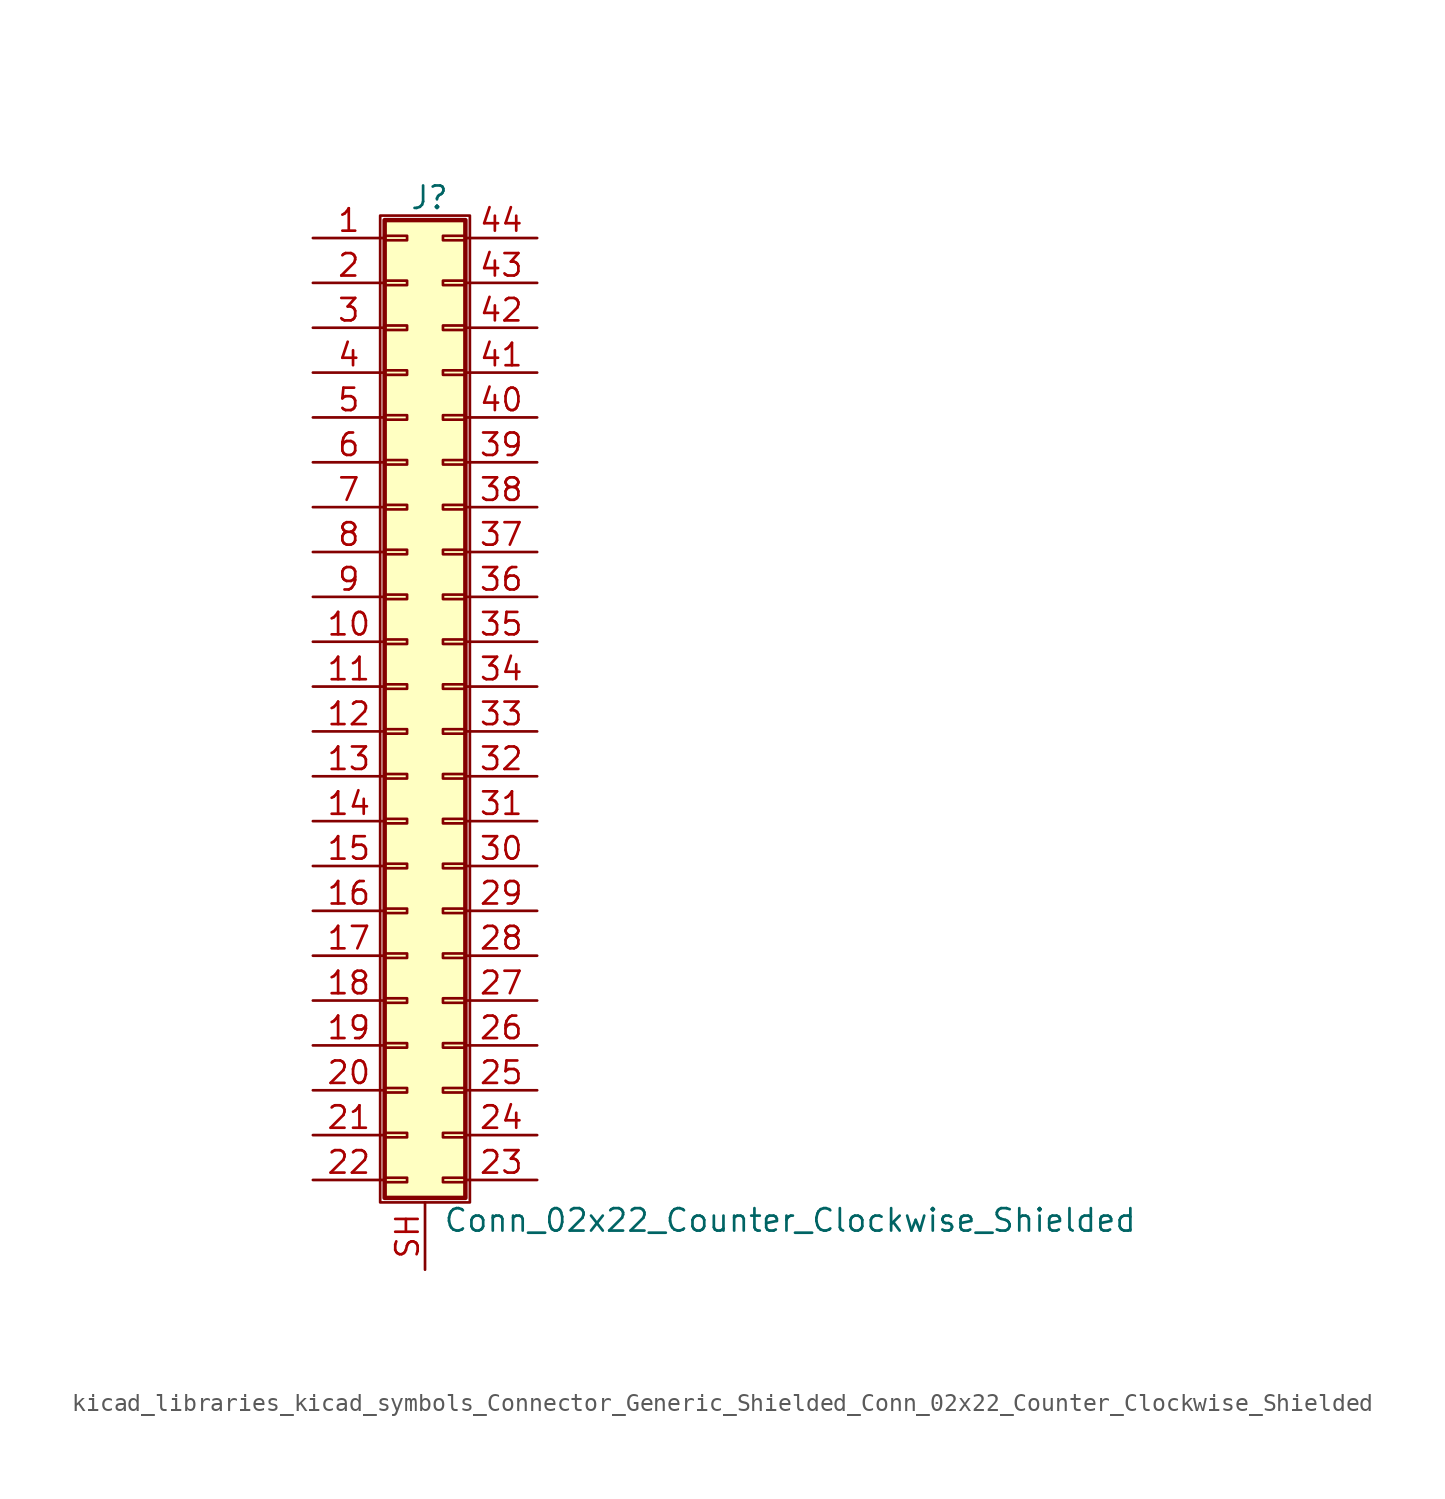
<source format=kicad_sym>
(kicad_symbol_lib
  (version 20220914)
  (generator kicad_symbol_editor)
  (symbol "kicad_libraries_kicad_symbols_Connector_Generic_Shielded_Conn_02x22_Counter_Clockwise_Shielded"
    (pin_names
      (offset 1.016) hide)
    (property "Reference" "J"
      (at 1.524 27.686 0)
      (effects (font (size 1.27 1.27))))
    (property "Value" "Conn_02x22_Counter_Clockwise_Shielded"
      (at 2.286 -30.226 0)
      (effects (font (size 1.27 1.27)) (justify left)))
    (symbol "kicad_libraries_kicad_symbols_Connector_Generic_Shielded_Conn_02x22_Counter_Clockwise_Shielded_1_1"
      (rectangle (start -1.27 26.67) (end 3.81 -29.21) (stroke (width 0.152) (type default)) (fill (type none)))
      (rectangle (start -1.016 -27.813) (end 0.254 -28.067) (stroke (width 0.152) (type default)) (fill (type none)))
      (rectangle (start -1.016 -25.273) (end 0.254 -25.527) (stroke (width 0.152) (type default)) (fill (type none)))
      (rectangle (start -1.016 -22.733) (end 0.254 -22.987) (stroke (width 0.152) (type default)) (fill (type none)))
      (rectangle (start -1.016 -20.193) (end 0.254 -20.447) (stroke (width 0.152) (type default)) (fill (type none)))
      (rectangle (start -1.016 -17.653) (end 0.254 -17.907) (stroke (width 0.152) (type default)) (fill (type none)))
      (rectangle (start -1.016 -15.113) (end 0.254 -15.367) (stroke (width 0.152) (type default)) (fill (type none)))
      (rectangle (start -1.016 -12.573) (end 0.254 -12.827) (stroke (width 0.152) (type default)) (fill (type none)))
      (rectangle (start -1.016 -10.033) (end 0.254 -10.287) (stroke (width 0.152) (type default)) (fill (type none)))
      (rectangle (start -1.016 -7.493) (end 0.254 -7.747) (stroke (width 0.152) (type default)) (fill (type none)))
      (rectangle (start -1.016 -4.953) (end 0.254 -5.207) (stroke (width 0.152) (type default)) (fill (type none)))
      (rectangle (start -1.016 -2.413) (end 0.254 -2.667) (stroke (width 0.152) (type default)) (fill (type none)))
      (rectangle (start -1.016 0.127) (end 0.254 -0.127) (stroke (width 0.152) (type default)) (fill (type none)))
      (rectangle (start -1.016 2.667) (end 0.254 2.413) (stroke (width 0.152) (type default)) (fill (type none)))
      (rectangle (start -1.016 5.207) (end 0.254 4.953) (stroke (width 0.152) (type default)) (fill (type none)))
      (rectangle (start -1.016 7.747) (end 0.254 7.493) (stroke (width 0.152) (type default)) (fill (type none)))
      (rectangle (start -1.016 10.287) (end 0.254 10.033) (stroke (width 0.152) (type default)) (fill (type none)))
      (rectangle (start -1.016 12.827) (end 0.254 12.573) (stroke (width 0.152) (type default)) (fill (type none)))
      (rectangle (start -1.016 15.367) (end 0.254 15.113) (stroke (width 0.152) (type default)) (fill (type none)))
      (rectangle (start -1.016 17.907) (end 0.254 17.653) (stroke (width 0.152) (type default)) (fill (type none)))
      (rectangle (start -1.016 20.447) (end 0.254 20.193) (stroke (width 0.152) (type default)) (fill (type none)))
      (rectangle (start -1.016 22.987) (end 0.254 22.733) (stroke (width 0.152) (type default)) (fill (type none)))
      (rectangle (start -1.016 25.527) (end 0.254 25.273) (stroke (width 0.152) (type default)) (fill (type none)))
      (rectangle (start -1.016 26.416) (end 3.556 -28.956) (stroke (width 0.254) (type default)) (fill (type background)))
      (rectangle (start 3.556 -27.813) (end 2.286 -28.067) (stroke (width 0.152) (type default)) (fill (type none)))
      (rectangle (start 3.556 -25.273) (end 2.286 -25.527) (stroke (width 0.152) (type default)) (fill (type none)))
      (rectangle (start 3.556 -22.733) (end 2.286 -22.987) (stroke (width 0.152) (type default)) (fill (type none)))
      (rectangle (start 3.556 -20.193) (end 2.286 -20.447) (stroke (width 0.152) (type default)) (fill (type none)))
      (rectangle (start 3.556 -17.653) (end 2.286 -17.907) (stroke (width 0.152) (type default)) (fill (type none)))
      (rectangle (start 3.556 -15.113) (end 2.286 -15.367) (stroke (width 0.152) (type default)) (fill (type none)))
      (rectangle (start 3.556 -12.573) (end 2.286 -12.827) (stroke (width 0.152) (type default)) (fill (type none)))
      (rectangle (start 3.556 -10.033) (end 2.286 -10.287) (stroke (width 0.152) (type default)) (fill (type none)))
      (rectangle (start 3.556 -7.493) (end 2.286 -7.747) (stroke (width 0.152) (type default)) (fill (type none)))
      (rectangle (start 3.556 -4.953) (end 2.286 -5.207) (stroke (width 0.152) (type default)) (fill (type none)))
      (rectangle (start 3.556 -2.413) (end 2.286 -2.667) (stroke (width 0.152) (type default)) (fill (type none)))
      (rectangle (start 3.556 0.127) (end 2.286 -0.127) (stroke (width 0.152) (type default)) (fill (type none)))
      (rectangle (start 3.556 2.667) (end 2.286 2.413) (stroke (width 0.152) (type default)) (fill (type none)))
      (rectangle (start 3.556 5.207) (end 2.286 4.953) (stroke (width 0.152) (type default)) (fill (type none)))
      (rectangle (start 3.556 7.747) (end 2.286 7.493) (stroke (width 0.152) (type default)) (fill (type none)))
      (rectangle (start 3.556 10.287) (end 2.286 10.033) (stroke (width 0.152) (type default)) (fill (type none)))
      (rectangle (start 3.556 12.827) (end 2.286 12.573) (stroke (width 0.152) (type default)) (fill (type none)))
      (rectangle (start 3.556 15.367) (end 2.286 15.113) (stroke (width 0.152) (type default)) (fill (type none)))
      (rectangle (start 3.556 17.907) (end 2.286 17.653) (stroke (width 0.152) (type default)) (fill (type none)))
      (rectangle (start 3.556 20.447) (end 2.286 20.193) (stroke (width 0.152) (type default)) (fill (type none)))
      (rectangle (start 3.556 22.987) (end 2.286 22.733) (stroke (width 0.152) (type default)) (fill (type none)))
      (rectangle (start 3.556 25.527) (end 2.286 25.273) (stroke (width 0.152) (type default)) (fill (type none)))
      (pin passive line (at -5.08 25.4 0) (length 4.064) (name "Pin_1" (effects (font (size 1.27 1.27)))) (number "1" (effects (font (size 1.27 1.27)))))
      (pin passive line (at -5.08 2.54 0) (length 4.064) (name "Pin_10" (effects (font (size 1.27 1.27)))) (number "10" (effects (font (size 1.27 1.27)))))
      (pin passive line (at -5.08 0 0) (length 4.064) (name "Pin_11" (effects (font (size 1.27 1.27)))) (number "11" (effects (font (size 1.27 1.27)))))
      (pin passive line (at -5.08 -2.54 0) (length 4.064) (name "Pin_12" (effects (font (size 1.27 1.27)))) (number "12" (effects (font (size 1.27 1.27)))))
      (pin passive line (at -5.08 -5.08 0) (length 4.064) (name "Pin_13" (effects (font (size 1.27 1.27)))) (number "13" (effects (font (size 1.27 1.27)))))
      (pin passive line (at -5.08 -7.62 0) (length 4.064) (name "Pin_14" (effects (font (size 1.27 1.27)))) (number "14" (effects (font (size 1.27 1.27)))))
      (pin passive line (at -5.08 -10.16 0) (length 4.064) (name "Pin_15" (effects (font (size 1.27 1.27)))) (number "15" (effects (font (size 1.27 1.27)))))
      (pin passive line (at -5.08 -12.7 0) (length 4.064) (name "Pin_16" (effects (font (size 1.27 1.27)))) (number "16" (effects (font (size 1.27 1.27)))))
      (pin passive line (at -5.08 -15.24 0) (length 4.064) (name "Pin_17" (effects (font (size 1.27 1.27)))) (number "17" (effects (font (size 1.27 1.27)))))
      (pin passive line (at -5.08 -17.78 0) (length 4.064) (name "Pin_18" (effects (font (size 1.27 1.27)))) (number "18" (effects (font (size 1.27 1.27)))))
      (pin passive line (at -5.08 -20.32 0) (length 4.064) (name "Pin_19" (effects (font (size 1.27 1.27)))) (number "19" (effects (font (size 1.27 1.27)))))
      (pin passive line (at -5.08 22.86 0) (length 4.064) (name "Pin_2" (effects (font (size 1.27 1.27)))) (number "2" (effects (font (size 1.27 1.27)))))
      (pin passive line (at -5.08 -22.86 0) (length 4.064) (name "Pin_20" (effects (font (size 1.27 1.27)))) (number "20" (effects (font (size 1.27 1.27)))))
      (pin passive line (at -5.08 -25.4 0) (length 4.064) (name "Pin_21" (effects (font (size 1.27 1.27)))) (number "21" (effects (font (size 1.27 1.27)))))
      (pin passive line (at -5.08 -27.94 0) (length 4.064) (name "Pin_22" (effects (font (size 1.27 1.27)))) (number "22" (effects (font (size 1.27 1.27)))))
      (pin passive line (at 7.62 -27.94 180) (length 4.064) (name "Pin_23" (effects (font (size 1.27 1.27)))) (number "23" (effects (font (size 1.27 1.27)))))
      (pin passive line (at 7.62 -25.4 180) (length 4.064) (name "Pin_24" (effects (font (size 1.27 1.27)))) (number "24" (effects (font (size 1.27 1.27)))))
      (pin passive line (at 7.62 -22.86 180) (length 4.064) (name "Pin_25" (effects (font (size 1.27 1.27)))) (number "25" (effects (font (size 1.27 1.27)))))
      (pin passive line (at 7.62 -20.32 180) (length 4.064) (name "Pin_26" (effects (font (size 1.27 1.27)))) (number "26" (effects (font (size 1.27 1.27)))))
      (pin passive line (at 7.62 -17.78 180) (length 4.064) (name "Pin_27" (effects (font (size 1.27 1.27)))) (number "27" (effects (font (size 1.27 1.27)))))
      (pin passive line (at 7.62 -15.24 180) (length 4.064) (name "Pin_28" (effects (font (size 1.27 1.27)))) (number "28" (effects (font (size 1.27 1.27)))))
      (pin passive line (at 7.62 -12.7 180) (length 4.064) (name "Pin_29" (effects (font (size 1.27 1.27)))) (number "29" (effects (font (size 1.27 1.27)))))
      (pin passive line (at -5.08 20.32 0) (length 4.064) (name "Pin_3" (effects (font (size 1.27 1.27)))) (number "3" (effects (font (size 1.27 1.27)))))
      (pin passive line (at 7.62 -10.16 180) (length 4.064) (name "Pin_30" (effects (font (size 1.27 1.27)))) (number "30" (effects (font (size 1.27 1.27)))))
      (pin passive line (at 7.62 -7.62 180) (length 4.064) (name "Pin_31" (effects (font (size 1.27 1.27)))) (number "31" (effects (font (size 1.27 1.27)))))
      (pin passive line (at 7.62 -5.08 180) (length 4.064) (name "Pin_32" (effects (font (size 1.27 1.27)))) (number "32" (effects (font (size 1.27 1.27)))))
      (pin passive line (at 7.62 -2.54 180) (length 4.064) (name "Pin_33" (effects (font (size 1.27 1.27)))) (number "33" (effects (font (size 1.27 1.27)))))
      (pin passive line (at 7.62 0 180) (length 4.064) (name "Pin_34" (effects (font (size 1.27 1.27)))) (number "34" (effects (font (size 1.27 1.27)))))
      (pin passive line (at 7.62 2.54 180) (length 4.064) (name "Pin_35" (effects (font (size 1.27 1.27)))) (number "35" (effects (font (size 1.27 1.27)))))
      (pin passive line (at 7.62 5.08 180) (length 4.064) (name "Pin_36" (effects (font (size 1.27 1.27)))) (number "36" (effects (font (size 1.27 1.27)))))
      (pin passive line (at 7.62 7.62 180) (length 4.064) (name "Pin_37" (effects (font (size 1.27 1.27)))) (number "37" (effects (font (size 1.27 1.27)))))
      (pin passive line (at 7.62 10.16 180) (length 4.064) (name "Pin_38" (effects (font (size 1.27 1.27)))) (number "38" (effects (font (size 1.27 1.27)))))
      (pin passive line (at 7.62 12.7 180) (length 4.064) (name "Pin_39" (effects (font (size 1.27 1.27)))) (number "39" (effects (font (size 1.27 1.27)))))
      (pin passive line (at -5.08 17.78 0) (length 4.064) (name "Pin_4" (effects (font (size 1.27 1.27)))) (number "4" (effects (font (size 1.27 1.27)))))
      (pin passive line (at 7.62 15.24 180) (length 4.064) (name "Pin_40" (effects (font (size 1.27 1.27)))) (number "40" (effects (font (size 1.27 1.27)))))
      (pin passive line (at 7.62 17.78 180) (length 4.064) (name "Pin_41" (effects (font (size 1.27 1.27)))) (number "41" (effects (font (size 1.27 1.27)))))
      (pin passive line (at 7.62 20.32 180) (length 4.064) (name "Pin_42" (effects (font (size 1.27 1.27)))) (number "42" (effects (font (size 1.27 1.27)))))
      (pin passive line (at 7.62 22.86 180) (length 4.064) (name "Pin_43" (effects (font (size 1.27 1.27)))) (number "43" (effects (font (size 1.27 1.27)))))
      (pin passive line (at 7.62 25.4 180) (length 4.064) (name "Pin_44" (effects (font (size 1.27 1.27)))) (number "44" (effects (font (size 1.27 1.27)))))
      (pin passive line (at -5.08 15.24 0) (length 4.064) (name "Pin_5" (effects (font (size 1.27 1.27)))) (number "5" (effects (font (size 1.27 1.27)))))
      (pin passive line (at -5.08 12.7 0) (length 4.064) (name "Pin_6" (effects (font (size 1.27 1.27)))) (number "6" (effects (font (size 1.27 1.27)))))
      (pin passive line (at -5.08 10.16 0) (length 4.064) (name "Pin_7" (effects (font (size 1.27 1.27)))) (number "7" (effects (font (size 1.27 1.27)))))
      (pin passive line (at -5.08 7.62 0) (length 4.064) (name "Pin_8" (effects (font (size 1.27 1.27)))) (number "8" (effects (font (size 1.27 1.27)))))
      (pin passive line (at -5.08 5.08 0) (length 4.064) (name "Pin_9" (effects (font (size 1.27 1.27)))) (number "9" (effects (font (size 1.27 1.27)))))
      (pin passive line (at 1.27 -33.02 90) (length 3.81) (name "Shield" (effects (font (size 1.27 1.27)))) (number "SH" (effects (font (size 1.27 1.27))))))))
</source>
